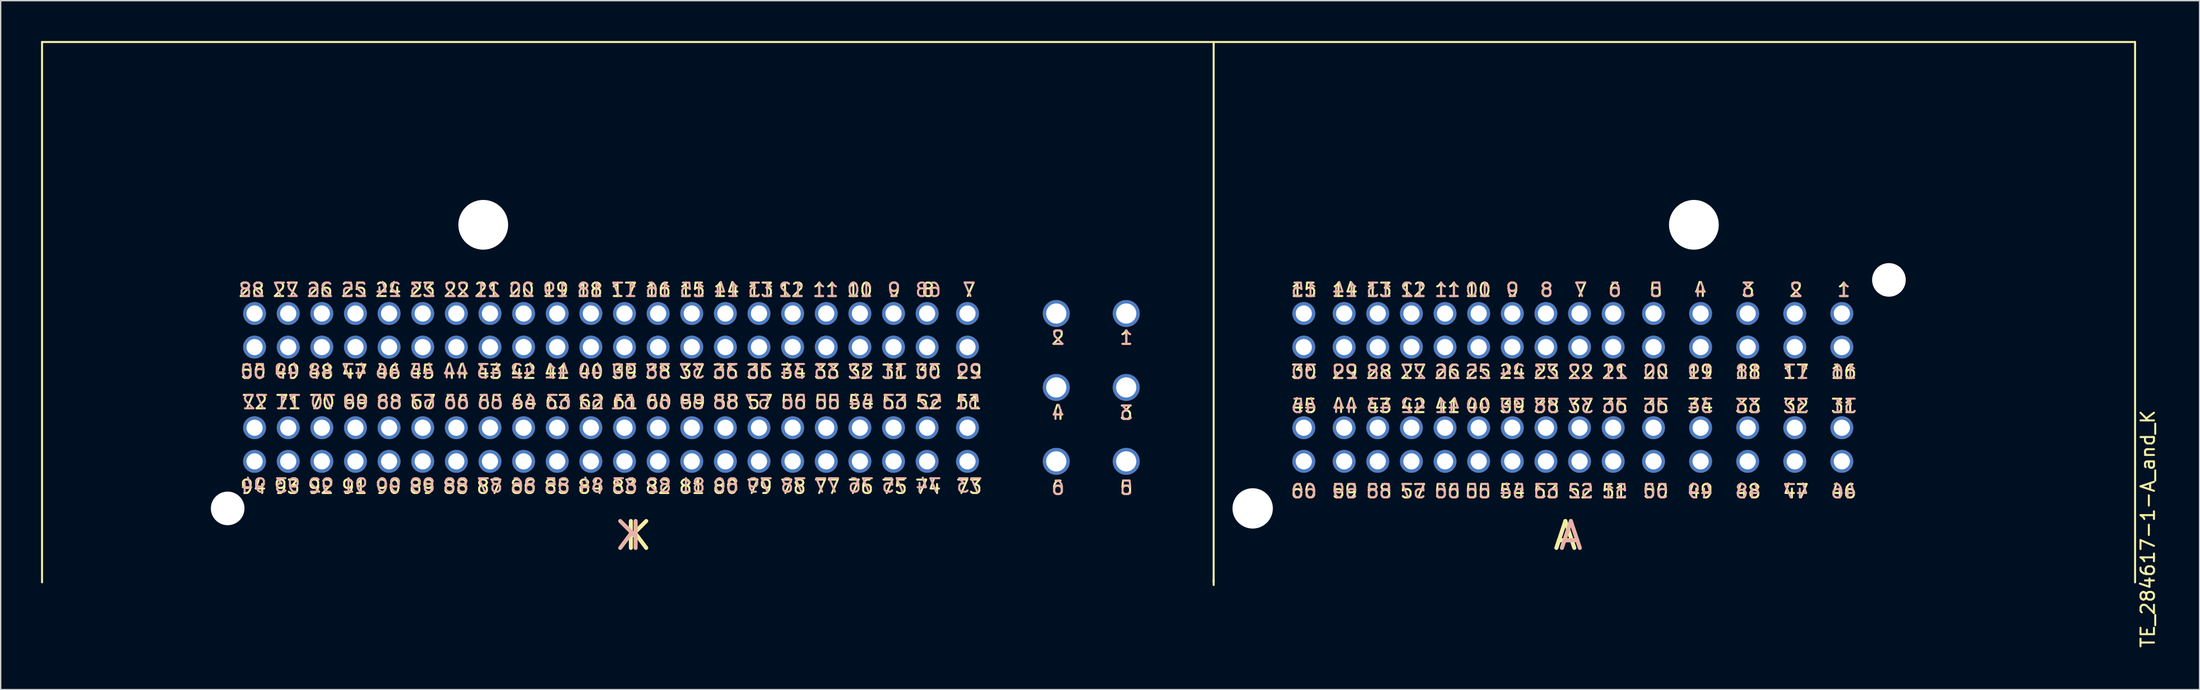
<source format=kicad_pcb>
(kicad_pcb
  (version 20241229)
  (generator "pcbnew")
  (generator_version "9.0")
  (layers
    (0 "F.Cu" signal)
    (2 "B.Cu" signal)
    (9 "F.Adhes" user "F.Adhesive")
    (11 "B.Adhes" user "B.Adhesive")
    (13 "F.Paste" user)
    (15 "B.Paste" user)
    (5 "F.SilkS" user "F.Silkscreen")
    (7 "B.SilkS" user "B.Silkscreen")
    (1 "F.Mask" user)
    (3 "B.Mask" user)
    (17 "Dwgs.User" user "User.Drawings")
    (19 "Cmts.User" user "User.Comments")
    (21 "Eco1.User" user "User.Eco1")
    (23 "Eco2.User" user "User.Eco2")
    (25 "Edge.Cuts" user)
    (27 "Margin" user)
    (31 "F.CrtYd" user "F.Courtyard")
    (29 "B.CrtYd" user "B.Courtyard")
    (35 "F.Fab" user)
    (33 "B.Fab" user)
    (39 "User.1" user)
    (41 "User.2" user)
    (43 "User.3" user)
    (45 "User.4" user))
  (footprint "TE_284617-1-A_and_K"
    (layer "F.Cu")
    (at 13.875 34.775)
    (property "Reference" "TE_284617-1-A_and_K" (at 142.748 1.524 270) (layer "F.SilkS") (effects (font (size 1 1) (thickness 0.15))))
    (fp_line (start -13.8 -34.7) (end -13.8 5.5) (stroke (width 0.15) (type solid)) (layer "F.SilkS"))
    (fp_line (start 73.3 5.5) (end 73.3 -34.7) (stroke (width 0.15) (type solid)) (layer "F.SilkS"))
    (fp_line (start 73.3 5.7) (end 73.3 5.3) (stroke (width 0.15) (type solid)) (layer "F.SilkS"))
    (fp_line (start 141.8 -34.7) (end -13.8 -34.7) (stroke (width 0.15) (type solid)) (layer "F.SilkS"))
    (fp_line (start 141.8 5.5) (end 141.8 -34.7) (stroke (width 0.15) (type solid)) (layer "F.SilkS"))
    (fp_text user "13" (at 85.598 -16.256 0) (unlocked yes) (layer "F.SilkS") (effects (font (size 1 1) (thickness 0.15))))
    (fp_text user "27" (at 4.318 -16.256 0) (unlocked yes) (layer "F.SilkS") (effects (font (size 1 1) (thickness 0.15))))
    (fp_text user "36" (at 37.019 -10.16 0) (unlocked yes) (layer "F.SilkS") (effects (font (size 1 1) (thickness 0.15))))
    (fp_text user "22" (at 100.584 -10.16 0) (unlocked yes) (layer "F.SilkS") (effects (font (size 1 1) (thickness 0.15))))
    (fp_text user "56" (at 42.08 -7.9 0) (unlocked yes) (layer "F.SilkS") (effects (font (size 1 1) (thickness 0.15))))
    (fp_text user "5" (at 106.172 -16.256 0) (unlocked yes) (layer "F.SilkS") (effects (font (size 1 1) (thickness 0.15))))
    (fp_text user "11" (at 90.678 -16.256 0) (unlocked yes) (layer "F.SilkS") (effects (font (size 1 1) (thickness 0.15))))
    (fp_text user "79" (at 39.528 -1.6 0) (unlocked yes) (layer "F.SilkS") (effects (font (size 1 1) (thickness 0.15))))
    (fp_text user "76" (at 47.053 -1.6 0) (unlocked yes) (layer "F.SilkS") (effects (font (size 1 1) (thickness 0.15))))
    (fp_text user "68" (at 12.02 -7.9 0) (unlocked yes) (layer "F.SilkS") (effects (font (size 1 1) (thickness 0.15))))
    (fp_text user "52" (at 52.1 -7.9 0) (unlocked yes) (layer "F.SilkS") (effects (font (size 1 1) (thickness 0.15))))
    (fp_text user "33" (at 44.544 -10.16 0) (unlocked yes) (layer "F.SilkS") (effects (font (size 1 1) (thickness 0.15))))
    (fp_text user "64" (at 22.04 -7.9 0) (unlocked yes) (layer "F.SilkS") (effects (font (size 1 1) (thickness 0.15))))
    (fp_text user "46" (at 120.132 -1.27 0) (unlocked yes) (layer "F.SilkS") (effects (font (size 1 1) (thickness 0.15))))
    (fp_text user "54" (at 95.494 -1.27 0) (unlocked yes) (layer "F.SilkS") (effects (font (size 1 1) (thickness 0.15))))
    (fp_text user "37" (at 100.584 -7.62 0) (unlocked yes) (layer "F.SilkS") (effects (font (size 1 1) (thickness 0.15))))
    (fp_text user "38" (at 98.044 -7.62 0) (unlocked yes) (layer "F.SilkS") (effects (font (size 1 1) (thickness 0.15))))
    (fp_text user "59" (at 83.048 -1.27 0) (unlocked yes) (layer "F.SilkS") (effects (font (size 1 1) (thickness 0.15))))
    (fp_text user "20" (at 106.172 -10.16 0) (unlocked yes) (layer "F.SilkS") (effects (font (size 1 1) (thickness 0.15))))
    (fp_text user "19" (at 109.474 -10.16 0) (unlocked yes) (layer "F.SilkS") (effects (font (size 1 1) (thickness 0.15))))
    (fp_text user "13" (at 39.624 -16.256 0) (unlocked yes) (layer "F.SilkS") (effects (font (size 1 1) (thickness 0.15))))
    (fp_text user "5" (at 66.802 -1.524 0) (unlocked yes) (layer "F.SilkS") (effects (font (size 1 1) (thickness 0.15))))
    (fp_text user "93" (at 4.409 -1.6 0) (unlocked yes) (layer "F.SilkS") (effects (font (size 1 1) (thickness 0.15))))
    (fp_text user "49" (at 4.409 -10.16 0) (unlocked yes) (layer "F.SilkS") (effects (font (size 1 1) (thickness 0.15))))
    (fp_text user "59" (at 34.565 -7.9 0) (unlocked yes) (layer "F.SilkS") (effects (font (size 1 1) (thickness 0.15))))
    (fp_text user "52" (at 100.574 -1.27 0) (unlocked yes) (layer "F.SilkS") (effects (font (size 1 1) (thickness 0.15))))
    (fp_text user "18" (at 113.03 -10.16 0) (unlocked yes) (layer "F.SilkS") (effects (font (size 1 1) (thickness 0.15))))
    (fp_text user "80" (at 37.019 -1.6 0) (unlocked yes) (layer "F.SilkS") (effects (font (size 1 1) (thickness 0.15))))
    (fp_text user "12" (at 41.91 -16.256 0) (unlocked yes) (layer "F.SilkS") (effects (font (size 1 1) (thickness 0.15))))
    (fp_text user "47" (at 9.425 -10.16 0) (unlocked yes) (layer "F.SilkS") (effects (font (size 1 1) (thickness 0.15))))
    (fp_text user "57" (at 88.128 -1.27 0) (unlocked yes) (layer "F.SilkS") (effects (font (size 1 1) (thickness 0.15))))
    (fp_text user "8" (at 98.044 -16.256 0) (unlocked yes) (layer "F.SilkS") (effects (font (size 1 1) (thickness 0.15))))
    (fp_text user "4" (at 61.722 -7.112 0) (unlocked yes) (layer "F.SilkS") (effects (font (size 1 1) (thickness 0.15))))
    (fp_text user "91" (at 9.425 -1.6 0) (unlocked yes) (layer "F.SilkS") (effects (font (size 1 1) (thickness 0.15))))
    (fp_text user "60" (at 80 -1.27 0) (unlocked yes) (layer "F.SilkS") (effects (font (size 1 1) (thickness 0.15))))
    (fp_text user "31" (at 49.562 -10.16 0) (unlocked yes) (layer "F.SilkS") (effects (font (size 1 1) (thickness 0.15))))
    (fp_text user "51" (at 55.1 -7.9 0) (unlocked yes) (layer "F.SilkS") (effects (font (size 1 1) (thickness 0.15))))
    (fp_text user "48" (at 6.917 -10.16 0) (unlocked yes) (layer "F.SilkS") (effects (font (size 1 1) (thickness 0.15))))
    (fp_text user "72" (at 2 -7.9 0) (unlocked yes) (layer "F.SilkS") (effects (font (size 1 1) (thickness 0.15))))
    (fp_text user "50" (at 1.9 -10.16 0) (unlocked yes) (layer "F.SilkS") (effects (font (size 1 1) (thickness 0.15))))
    (fp_text user "6" (at 61.722 -1.524 0) (unlocked yes) (layer "F.SilkS") (effects (font (size 1 1) (thickness 0.15))))
    (fp_text user "21" (at 19.304 -16.256 0) (unlocked yes) (layer "F.SilkS") (effects (font (size 1 1) (thickness 0.15))))
    (fp_text user "32" (at 47.053 -10.16 0) (unlocked yes) (layer "F.SilkS") (effects (font (size 1 1) (thickness 0.15))))
    (fp_text user "23" (at 14.478 -16.256 0) (unlocked yes) (layer "F.SilkS") (effects (font (size 1 1) (thickness 0.15))))
    (fp_text user "56" (at 90.668 -1.27 0) (unlocked yes) (layer "F.SilkS") (effects (font (size 1 1) (thickness 0.15))))
    (fp_text user "50" (at 106.162 -1.27 0) (unlocked yes) (layer "F.SilkS") (effects (font (size 1 1) (thickness 0.15))))
    (fp_text user "55" (at 44.585 -7.9 0) (unlocked yes) (layer "F.SilkS") (effects (font (size 1 1) (thickness 0.15))))
    (fp_text user "40" (at 92.964 -7.62 0) (unlocked yes) (layer "F.SilkS") (effects (font (size 1 1) (thickness 0.15))))
    (fp_text user "30" (at 52.07 -10.16 0) (unlocked yes) (layer "F.SilkS") (effects (font (size 1 1) (thickness 0.15))))
    (fp_text user "58" (at 85.588 -1.27 0) (unlocked yes) (layer "F.SilkS") (effects (font (size 1 1) (thickness 0.15))))
    (fp_text user "88" (at 16.951 -1.6 0) (unlocked yes) (layer "F.SilkS") (effects (font (size 1 1) (thickness 0.15))))
    (fp_text user "63" (at 24.545 -7.9 0) (unlocked yes) (layer "F.SilkS") (effects (font (size 1 1) (thickness 0.15))))
    (fp_text user "15" (at 34.544 -16.256 0) (unlocked yes) (layer "F.SilkS") (effects (font (size 1 1) (thickness 0.15))))
    (fp_text user "42" (at 88.138 -7.62 0) (unlocked yes) (layer "F.SilkS") (effects (font (size 1 1) (thickness 0.15))))
    (fp_text user "18" (at 26.924 -16.256 0) (unlocked yes) (layer "F.SilkS") (effects (font (size 1 1) (thickness 0.15))))
    (fp_text user "21" (at 103.124 -10.16 0) (unlocked yes) (layer "F.SilkS") (effects (font (size 1 1) (thickness 0.15))))
    (fp_text user "43" (at 85.598 -7.62 0) (unlocked yes) (layer "F.SilkS") (effects (font (size 1 1) (thickness 0.15))))
    (fp_text user "41" (at 24.477 -10.16 0) (unlocked yes) (layer "F.SilkS") (effects (font (size 1 1) (thickness 0.15))))
    (fp_text user "10" (at 46.99 -16.256 0) (unlocked yes) (layer "F.SilkS") (effects (font (size 1 1) (thickness 0.15))))
    (fp_text user "7" (at 55.118 -16.256 0) (unlocked yes) (layer "F.SilkS") (effects (font (size 1 1) (thickness 0.15))))
    (fp_text user "K" (at 29.3 3.2 0) (unlocked yes) (layer "F.SilkS") (effects (font (size 2 2) (thickness 0.3)) (justify left bottom)))
    (fp_text user "37" (at 34.511 -10.16 0) (unlocked yes) (layer "F.SilkS") (effects (font (size 1 1) (thickness 0.15))))
    (fp_text user "87" (at 19.459 -1.6 0) (unlocked yes) (layer "F.SilkS") (effects (font (size 1 1) (thickness 0.15))))
    (fp_text user "73" (at 55.118 -1.6 0) (unlocked yes) (layer "F.SilkS") (effects (font (size 1 1) (thickness 0.15))))
    (fp_text user "38" (at 32.002 -10.16 0) (unlocked yes) (layer "F.SilkS") (effects (font (size 1 1) (thickness 0.15))))
    (fp_text user "45" (at 14.443 -10.16 0) (unlocked yes) (layer "F.SilkS") (effects (font (size 1 1) (thickness 0.15))))
    (fp_text user "6" (at 103.124 -16.256 0) (unlocked yes) (layer "F.SilkS") (effects (font (size 1 1) (thickness 0.15))))
    (fp_text user "25" (at 9.398 -16.256 0) (unlocked yes) (layer "F.SilkS") (effects (font (size 1 1) (thickness 0.15))))
    (fp_text user "20" (at 21.844 -16.256 0) (unlocked yes) (layer "F.SilkS") (effects (font (size 1 1) (thickness 0.15))))
    (fp_text user "71" (at 4.505 -7.9 0) (unlocked yes) (layer "F.SilkS") (effects (font (size 1 1) (thickness 0.15))))
    (fp_text user "42" (at 21.968 -10.16 0) (unlocked yes) (layer "F.SilkS") (effects (font (size 1 1) (thickness 0.15))))
    (fp_text user "9" (at 49.53 -16.256 0) (unlocked yes) (layer "F.SilkS") (effects (font (size 1 1) (thickness 0.15))))
    (fp_text user "4" (at 109.474 -16.256 0) (unlocked yes) (layer "F.SilkS") (effects (font (size 1 1) (thickness 0.15))))
    (fp_text user "14" (at 83.058 -16.256 0) (unlocked yes) (layer "F.SilkS") (effects (font (size 1 1) (thickness 0.15))))
    (fp_text user "14" (at 37.084 -16.256 0) (unlocked yes) (layer "F.SilkS") (effects (font (size 1 1) (thickness 0.15))))
    (fp_text user "75" (at 49.562 -1.6 0) (unlocked yes) (layer "F.SilkS") (effects (font (size 1 1) (thickness 0.15))))
    (fp_text user "83" (at 29.494 -1.6 0) (unlocked yes) (layer "F.SilkS") (effects (font (size 1 1) (thickness 0.15))))
    (fp_text user "53" (at 49.595 -7.9 0) (unlocked yes) (layer "F.SilkS") (effects (font (size 1 1) (thickness 0.15))))
    (fp_text user "43" (at 19.459 -10.16 0) (unlocked yes) (layer "F.SilkS") (effects (font (size 1 1) (thickness 0.15))))
    (fp_text user "2" (at 61.722 -12.7 0) (unlocked yes) (layer "F.SilkS") (effects (font (size 1 1) (thickness 0.15))))
    (fp_text user "8" (at 52.07 -16.256 0) (unlocked yes) (layer "F.SilkS") (effects (font (size 1 1) (thickness 0.15))))
    (fp_text user "89" (at 14.443 -1.6 0) (unlocked yes) (layer "F.SilkS") (effects (font (size 1 1) (thickness 0.15))))
    (fp_text user "28" (at 1.778 -16.256 0) (unlocked yes) (layer "F.SilkS") (effects (font (size 1 1) (thickness 0.15))))
    (fp_text user "15" (at 80.01 -16.256 0) (unlocked yes) (layer "F.SilkS") (effects (font (size 1 1) (thickness 0.15))))
    (fp_text user "57" (at 39.575 -7.9 0) (unlocked yes) (layer "F.SilkS") (effects (font (size 1 1) (thickness 0.15))))
    (fp_text user "46" (at 11.934 -10.16 0) (unlocked yes) (layer "F.SilkS") (effects (font (size 1 1) (thickness 0.15))))
    (fp_text user "58" (at 37.07 -7.9 0) (unlocked yes) (layer "F.SilkS") (effects (font (size 1 1) (thickness 0.15))))
    (fp_text user "45" (at 80.01 -7.62 0) (unlocked yes) (layer "F.SilkS") (effects (font (size 1 1) (thickness 0.15))))
    (fp_text user "49" (at 109.464 -1.27 0) (unlocked yes) (layer "F.SilkS") (effects (font (size 1 1) (thickness 0.15))))
    (fp_text user "90" (at 11.934 -1.6 0) (unlocked yes) (layer "F.SilkS") (effects (font (size 1 1) (thickness 0.15))))
    (fp_text user "1" (at 66.802 -12.7 0) (unlocked yes) (layer "F.SilkS") (effects (font (size 1 1) (thickness 0.15))))
    (fp_text user "24" (at 11.938 -16.256 0) (unlocked yes) (layer "F.SilkS") (effects (font (size 1 1) (thickness 0.15))))
    (fp_text user "54" (at 47.09 -7.9 0) (unlocked yes) (layer "F.SilkS") (effects (font (size 1 1) (thickness 0.15))))
    (fp_text user "47" (at 116.576 -1.27 0) (unlocked yes) (layer "F.SilkS") (effects (font (size 1 1) (thickness 0.15))))
    (fp_text user "3" (at 66.802 -7.112 0) (unlocked yes) (layer "F.SilkS") (effects (font (size 1 1) (thickness 0.15))))
    (fp_text user "31" (at 120.142 -7.62 0) (unlocked yes) (layer "F.SilkS") (effects (font (size 1 1) (thickness 0.15))))
    (fp_text user "48" (at 113.02 -1.27 0) (unlocked yes) (layer "F.SilkS") (effects (font (size 1 1) (thickness 0.15))))
    (fp_text user "34" (at 42.036 -10.16 0) (unlocked yes) (layer "F.SilkS") (effects (font (size 1 1) (thickness 0.15))))
    (fp_text user "51" (at 103.114 -1.27 0) (unlocked yes) (layer "F.SilkS") (effects (font (size 1 1) (thickness 0.15))))
    (fp_text user "81" (at 34.511 -1.6 0) (unlocked yes) (layer "F.SilkS") (effects (font (size 1 1) (thickness 0.15))))
    (fp_text user "35" (at 39.528 -10.16 0) (unlocked yes) (layer "F.SilkS") (effects (font (size 1 1) (thickness 0.15))))
    (fp_text user "41" (at 90.678 -7.62 0) (unlocked yes) (layer "F.SilkS") (effects (font (size 1 1) (thickness 0.15))))
    (fp_text user "62" (at 27.05 -7.9 0) (unlocked yes) (layer "F.SilkS") (effects (font (size 1 1) (thickness 0.15))))
    (fp_text user "65" (at 19.535 -7.9 0) (unlocked yes) (layer "F.SilkS") (effects (font (size 1 1) (thickness 0.15))))
    (fp_text user "53" (at 98.034 -1.27 0) (unlocked yes) (layer "F.SilkS") (effects (font (size 1 1) (thickness 0.15))))
    (fp_text user "60" (at 32.06 -7.9 0) (unlocked yes) (layer "F.SilkS") (effects (font (size 1 1) (thickness 0.15))))
    (fp_text user "16" (at 32.004 -16.256 0) (unlocked yes) (layer "F.SilkS") (effects (font (size 1 1) (thickness 0.15))))
    (fp_text user "78" (at 42.036 -1.6 0) (unlocked yes) (layer "F.SilkS") (effects (font (size 1 1) (thickness 0.15))))
    (fp_text user "3" (at 113.03 -16.256 0) (unlocked yes) (layer "F.SilkS") (effects (font (size 1 1) (thickness 0.15))))
    (fp_text user "70" (at 7.01 -7.9 0) (unlocked yes) (layer "F.SilkS") (effects (font (size 1 1) (thickness 0.15))))
    (fp_text user "77" (at 44.544 -1.6 0) (unlocked yes) (layer "F.SilkS") (effects (font (size 1 1) (thickness 0.15))))
    (fp_text user "40" (at 26.985 -10.16 0) (unlocked yes) (layer "F.SilkS") (effects (font (size 1 1) (thickness 0.15))))
    (fp_text user "1" (at 120.142 -16.256 0) (unlocked yes) (layer "F.SilkS") (effects (font (size 1 1) (thickness 0.15))))
    (fp_text user "29" (at 83.058 -10.16 0) (unlocked yes) (layer "F.SilkS") (effects (font (size 1 1) (thickness 0.15))))
    (fp_text user "16" (at 120.142 -10.16 0) (unlocked yes) (layer "F.SilkS") (effects (font (size 1 1) (thickness 0.15))))
    (fp_text user "19" (at 24.384 -16.256 0) (unlocked yes) (layer "F.SilkS") (effects (font (size 1 1) (thickness 0.15))))
    (fp_text user "17" (at 116.586 -10.16 0) (unlocked yes) (layer "F.SilkS") (effects (font (size 1 1) (thickness 0.15))))
    (fp_text user "36" (at 103.124 -7.62 0) (unlocked yes) (layer "F.SilkS") (effects (font (size 1 1) (thickness 0.15))))
    (fp_text user "44" (at 83.058 -7.62 0) (unlocked yes) (layer "F.SilkS") (effects (font (size 1 1) (thickness 0.15))))
    (fp_text user "26" (at 6.858 -16.256 0) (unlocked yes) (layer "F.SilkS") (effects (font (size 1 1) (thickness 0.15))))
    (fp_text user "2" (at 116.586 -16.256 0) (unlocked yes) (layer "F.SilkS") (effects (font (size 1 1) (thickness 0.15))))
    (fp_text user "86" (at 21.968 -1.6 0) (unlocked yes) (layer "F.SilkS") (effects (font (size 1 1) (thickness 0.15))))
    (fp_text user "33" (at 113.03 -7.62 0) (unlocked yes) (layer "F.SilkS") (effects (font (size 1 1) (thickness 0.15))))
    (fp_text user "39" (at 95.504 -7.62 0) (unlocked yes) (layer "F.SilkS") (effects (font (size 1 1) (thickness 0.15))))
    (fp_text user "94" (at 1.9 -1.6 0) (unlocked yes) (layer "F.SilkS") (effects (font (size 1 1) (thickness 0.15))))
    (fp_text user "11" (at 44.45 -16.256 0) (unlocked yes) (layer "F.SilkS") (effects (font (size 1 1) (thickness 0.15))))
    (fp_text user "61" (at 29.555 -7.9 0) (unlocked yes) (layer "F.SilkS") (effects (font (size 1 1) (thickness 0.15))))
    (fp_text user "44" (at 16.951 -10.16 0) (unlocked yes) (layer "F.SilkS") (effects (font (size 1 1) (thickness 0.15))))
    (fp_text user "66" (at 17.03 -7.9 0) (unlocked yes) (layer "F.SilkS") (effects (font (size 1 1) (thickness 0.15))))
    (fp_text user "10" (at 92.964 -16.256 0) (unlocked yes) (layer "F.SilkS") (effects (font (size 1 1) (thickness 0.15))))
    (fp_text user "69" (at 9.515 -7.9 0) (unlocked yes) (layer "F.SilkS") (effects (font (size 1 1) (thickness 0.15))))
    (fp_text user "67" (at 14.525 -7.9 0) (unlocked yes) (layer "F.SilkS") (effects (font (size 1 1) (thickness 0.15))))
    (fp_text user "84" (at 26.985 -1.6 0) (unlocked yes) (layer "F.SilkS") (effects (font (size 1 1) (thickness 0.15))))
    (fp_text user "34" (at 109.474 -7.62 0) (unlocked yes) (layer "F.SilkS") (effects (font (size 1 1) (thickness 0.15))))
    (fp_text user "17" (at 29.464 -16.256 0) (unlocked yes) (layer "F.SilkS") (effects (font (size 1 1) (thickness 0.15))))
    (fp_text user "55" (at 92.954 -1.27 0) (unlocked yes) (layer "F.SilkS") (effects (font (size 1 1) (thickness 0.15))))
    (fp_text user "A" (at 100.5 3.2 0) (unlocked yes) (layer "F.SilkS") (effects (font (size 2 2) (thickness 0.3)) (justify left bottom mirror)))
    (fp_text user "23" (at 98.044 -10.16 0) (unlocked yes) (layer "F.SilkS") (effects (font (size 1 1) (thickness 0.15))))
    (fp_text user "39" (at 29.494 -10.16 0) (unlocked yes) (layer "F.SilkS") (effects (font (size 1 1) (thickness 0.15))))
    (fp_text user "7" (at 100.584 -16.256 0) (unlocked yes) (layer "F.SilkS") (effects (font (size 1 1) (thickness 0.15))))
    (fp_text user "9" (at 95.504 -16.256 0) (unlocked yes) (layer "F.SilkS") (effects (font (size 1 1) (thickness 0.15))))
    (fp_text user "26" (at 90.678 -10.16 0) (unlocked yes) (layer "F.SilkS") (effects (font (size 1 1) (thickness 0.15))))
    (fp_text user "92" (at 6.917 -1.6 0) (unlocked yes) (layer "F.SilkS") (effects (font (size 1 1) (thickness 0.15))))
    (fp_text user "74" (at 52.07 -1.6 0) (unlocked yes) (layer "F.SilkS") (effects (font (size 1 1) (thickness 0.15))))
    (fp_text user "28" (at 85.598 -10.16 0) (unlocked yes) (layer "F.SilkS") (effects (font (size 1 1) (thickness 0.15))))
    (fp_text user "82" (at 32.002 -1.6 0) (unlocked yes) (layer "F.SilkS") (effects (font (size 1 1) (thickness 0.15))))
    (fp_text user "85" (at 24.477 -1.6 0) (unlocked yes) (layer "F.SilkS") (effects (font (size 1 1) (thickness 0.15))))
    (fp_text user "29" (at 55.118 -10.16 0) (unlocked yes) (layer "F.SilkS") (effects (font (size 1 1) (thickness 0.15))))
    (fp_text user "27" (at 88.138 -10.16 0) (unlocked yes) (layer "F.SilkS") (effects (font (size 1 1) (thickness 0.15))))
    (fp_text user "35" (at 106.172 -7.62 0) (unlocked yes) (layer "F.SilkS") (effects (font (size 1 1) (thickness 0.15))))
    (fp_text user "24" (at 95.504 -10.16 0) (unlocked yes) (layer "F.SilkS") (effects (font (size 1 1) (thickness 0.15))))
    (fp_text user "32" (at 116.586 -7.62 0) (unlocked yes) (layer "F.SilkS") (effects (font (size 1 1) (thickness 0.15))))
    (fp_text user "22" (at 17.018 -16.256 0) (unlocked yes) (layer "F.SilkS") (effects (font (size 1 1) (thickness 0.15))))
    (fp_text user "12" (at 88.138 -16.256 0) (unlocked yes) (layer "F.SilkS") (effects (font (size 1 1) (thickness 0.15))))
    (fp_text user "25" (at 92.964 -10.16 0) (unlocked yes) (layer "F.SilkS") (effects (font (size 1 1) (thickness 0.15))))
    (fp_text user "30" (at 80.01 -10.16 0) (unlocked yes) (layer "F.SilkS") (effects (font (size 1 1) (thickness 0.15))))
    (fp_text user "75" (at 49.592 -1.7 0) (unlocked yes) (layer "B.SilkS") (effects (font (size 1 1) (thickness 0.15)) (justify mirror)))
    (fp_text user "6" (at 61.732 -1.524 0) (unlocked yes) (layer "B.SilkS") (effects (font (size 1 1) (thickness 0.15)) (justify mirror)))
    (fp_text user "66" (at 17 -7.9 0) (unlocked yes) (layer "B.SilkS") (effects (font (size 1 1) (thickness 0.15)) (justify mirror)))
    (fp_text user "21" (at 103.134 -10.16 0) (unlocked yes) (layer "B.SilkS") (effects (font (size 1 1) (thickness 0.15)) (justify mirror)))
    (fp_text user "79" (at 39.557 -1.7 0) (unlocked yes) (layer "B.SilkS") (effects (font (size 1 1) (thickness 0.15)) (justify mirror)))
    (fp_text user "34" (at 42.036 -10.2 0) (unlocked yes) (layer "B.SilkS") (effects (font (size 1 1) (thickness 0.15)) (justify mirror)))
    (fp_text user "93" (at 4.439 -1.7 0) (unlocked yes) (layer "B.SilkS") (effects (font (size 1 1) (thickness 0.15)) (justify mirror)))
    (fp_text user "12" (at 41.92 -16.256 0) (unlocked yes) (layer "B.SilkS") (effects (font (size 1 1) (thickness 0.15)) (justify mirror)))
    (fp_text user "44" (at 16.951 -10.2 0) (unlocked yes) (layer "B.SilkS") (effects (font (size 1 1) (thickness 0.15)) (justify mirror)))
    (fp_text user "52" (at 100.584 -1.27 0) (unlocked yes) (layer "B.SilkS") (effects (font (size 1 1) (thickness 0.15)) (justify mirror)))
    (fp_text user "46" (at 11.934 -10.2 0) (unlocked yes) (layer "B.SilkS") (effects (font (size 1 1) (thickness 0.15)) (justify mirror)))
    (fp_text user "4" (at 61.732 -7.112 0) (unlocked yes) (layer "B.SilkS") (effects (font (size 1 1) (thickness 0.15)) (justify mirror)))
    (fp_text user "47" (at 116.586 -1.27 0) (unlocked yes) (layer "B.SilkS") (effects (font (size 1 1) (thickness 0.15)) (justify mirror)))
    (fp_text user "50" (at 106.172 -1.27 0) (unlocked yes) (layer "B.SilkS") (effects (font (size 1 1) (thickness 0.15)) (justify mirror)))
    (fp_text user "20" (at 21.854 -16.256 0) (unlocked yes) (layer "B.SilkS") (effects (font (size 1 1) (thickness 0.15)) (justify mirror)))
    (fp_text user "48" (at 113.03 -1.27 0) (unlocked yes) (layer "B.SilkS") (effects (font (size 1 1) (thickness 0.15)) (justify mirror)))
    (fp_text user "40" (at 26.985 -10.2 0) (unlocked yes) (layer "B.SilkS") (effects (font (size 1 1) (thickness 0.15)) (justify mirror)))
    (fp_text user "92" (at 6.947 -1.7 0) (unlocked yes) (layer "B.SilkS") (effects (font (size 1 1) (thickness 0.15)) (justify mirror)))
    (fp_text user "19" (at 109.484 -10.16 0) (unlocked yes) (layer "B.SilkS") (effects (font (size 1 1) (thickness 0.15)) (justify mirror)))
    (fp_text user "2" (at 61.732 -12.7 0) (unlocked yes) (layer "B.SilkS") (effects (font (size 1 1) (thickness 0.15)) (justify mirror)))
    (fp_text user "36" (at 103.134 -7.62 0) (unlocked yes) (layer "B.SilkS") (effects (font (size 1 1) (thickness 0.15)) (justify mirror)))
    (fp_text user "53" (at 49.6 -7.9 0) (unlocked yes) (layer "B.SilkS") (effects (font (size 1 1) (thickness 0.15)) (justify mirror)))
    (fp_text user "56" (at 42.1 -7.9 0) (unlocked yes) (layer "B.SilkS") (effects (font (size 1 1) (thickness 0.15)) (justify mirror)))
    (fp_text user "64" (at 22 -7.9 0) (unlocked yes) (layer "B.SilkS") (effects (font (size 1 1) (thickness 0.15)) (justify mirror)))
    (fp_text user "39" (at 95.514 -7.62 0) (unlocked yes) (layer "B.SilkS") (effects (font (size 1 1) (thickness 0.15)) (justify mirror)))
    (fp_text user "53" (at 98.044 -1.27 0) (unlocked yes) (layer "B.SilkS") (effects (font (size 1 1) (thickness 0.15)) (justify mirror)))
    (fp_text user "6" (at 103.134 -16.256 0) (unlocked yes) (layer "B.SilkS") (effects (font (size 1 1) (thickness 0.15)) (justify mirror)))
    (fp_text user "K" (at 31 3.2 0) (unlocked yes) (layer "B.SilkS") (effects (font (size 2 2) (thickness 0.3)) (justify left bottom mirror)))
    (fp_text user "48" (at 6.917 -10.2 0) (unlocked yes) (layer "B.SilkS") (effects (font (size 1 1) (thickness 0.15)) (justify mirror)))
    (fp_text user "28" (at 85.608 -10.16 0) (unlocked yes) (layer "B.SilkS") (effects (font (size 1 1) (thickness 0.15)) (justify mirror)))
    (fp_text user "51" (at 103.124 -1.27 0) (unlocked yes) (layer "B.SilkS") (effects (font (size 1 1) (thickness 0.15)) (justify mirror)))
    (fp_text user "18" (at 113.04 -10.16 0) (unlocked yes) (layer "B.SilkS") (effects (font (size 1 1) (thickness 0.15)) (justify mirror)))
    (fp_text user "29" (at 55.118 -10.2 0) (unlocked yes) (layer "B.SilkS") (effects (font (size 1 1) (thickness 0.15)) (justify mirror)))
    (fp_text user "26" (at 6.868 -16.256 0) (unlocked yes) (layer "B.SilkS") (effects (font (size 1 1) (thickness 0.15)) (justify mirror)))
    (fp_text user "45" (at 14.443 -10.2 0) (unlocked yes) (layer "B.SilkS") (effects (font (size 1 1) (thickness 0.15)) (justify mirror)))
    (fp_text user "77" (at 44.575 -1.7 0) (unlocked yes) (layer "B.SilkS") (effects (font (size 1 1) (thickness 0.15)) (justify mirror)))
    (fp_text user "21" (at 19.314 -16.256 0) (unlocked yes) (layer "B.SilkS") (effects (font (size 1 1) (thickness 0.15)) (justify mirror)))
    (fp_text user "78" (at 42.066 -1.7 0) (unlocked yes) (layer "B.SilkS") (effects (font (size 1 1) (thickness 0.15)) (justify mirror)))
    (fp_text user "26" (at 90.688 -10.16 0) (unlocked yes) (layer "B.SilkS") (effects (font (size 1 1) (thickness 0.15)) (justify mirror)))
    (fp_text user "47" (at 9.425 -10.2 0) (unlocked yes) (layer "B.SilkS") (effects (font (size 1 1) (thickness 0.15)) (justify mirror)))
    (fp_text user "54" (at 47.1 -7.9 0) (unlocked yes) (layer "B.SilkS") (effects (font (size 1 1) (thickness 0.15)) (justify mirror)))
    (fp_text user "74" (at 52.1 -1.7 0) (unlocked yes) (layer "B.SilkS") (effects (font (size 1 1) (thickness 0.15)) (justify mirror)))
    (fp_text user "38" (at 32.002 -10.2 0) (unlocked yes) (layer "B.SilkS") (effects (font (size 1 1) (thickness 0.15)) (justify mirror)))
    (fp_text user "20" (at 106.182 -10.16 0) (unlocked yes) (layer "B.SilkS") (effects (font (size 1 1) (thickness 0.15)) (justify mirror)))
    (fp_text user "42" (at 88.148 -7.62 0) (unlocked yes) (layer "B.SilkS") (effects (font (size 1 1) (thickness 0.15)) (justify mirror)))
    (fp_text user "90" (at 11.964 -1.7 0) (unlocked yes) (layer "B.SilkS") (effects (font (size 1 1) (thickness 0.15)) (justify mirror)))
    (fp_text user "46" (at 120.142 -1.27 0) (unlocked yes) (layer "B.SilkS") (effects (font (size 1 1) (thickness 0.15)) (justify mirror)))
    (fp_text user "33" (at 113.04 -7.62 0) (unlocked yes) (layer "B.SilkS") (effects (font (size 1 1) (thickness 0.15)) (justify mirror)))
    (fp_text user "86" (at 21.998 -1.7 0) (unlocked yes) (layer "B.SilkS") (effects (font (size 1 1) (thickness 0.15)) (justify mirror)))
    (fp_text user "58" (at 37 -7.9 0) (unlocked yes) (layer "B.SilkS") (effects (font (size 1 1) (thickness 0.15)) (justify mirror)))
    (fp_text user "43" (at 85.608 -7.62 0) (unlocked yes) (layer "B.SilkS") (effects (font (size 1 1) (thickness 0.15)) (justify mirror)))
    (fp_text user "3" (at 66.812 -7.112 0) (unlocked yes) (layer "B.SilkS") (effects (font (size 1 1) (thickness 0.15)) (justify mirror)))
    (fp_text user "1" (at 120.152 -16.256 0) (unlocked yes) (layer "B.SilkS") (effects (font (size 1 1) (thickness 0.15)) (justify mirror)))
    (fp_text user "2" (at 116.596 -16.256 0) (unlocked yes) (layer "B.SilkS") (effects (font (size 1 1) (thickness 0.15)) (justify mirror)))
    (fp_text user "49" (at 109.474 -1.27 0) (unlocked yes) (layer "B.SilkS") (effects (font (size 1 1) (thickness 0.15)) (justify mirror)))
    (fp_text user "70" (at 7.1 -7.9 0) (unlocked yes) (layer "B.SilkS") (effects (font (size 1 1) (thickness 0.15)) (justify mirror)))
    (fp_text user "38" (at 98.054 -7.62 0) (unlocked yes) (layer "B.SilkS") (effects (font (size 1 1) (thickness 0.15)) (justify mirror)))
    (fp_text user "8" (at 98.054 -16.256 0) (unlocked yes) (layer "B.SilkS") (effects (font (size 1 1) (thickness 0.15)) (justify mirror)))
    (fp_text user "24" (at 95.514 -10.16 0) (unlocked yes) (layer "B.SilkS") (effects (font (size 1 1) (thickness 0.15)) (justify mirror)))
    (fp_text user "17" (at 29.474 -16.256 0) (unlocked yes) (layer "B.SilkS") (effects (font (size 1 1) (thickness 0.15)) (justify mirror)))
    (fp_text user "69" (at 9.5 -7.9 0) (unlocked yes) (layer "B.SilkS") (effects (font (size 1 1) (thickness 0.15)) (justify mirror)))
    (fp_text user "18" (at 26.934 -16.256 0) (unlocked yes) (layer "B.SilkS") (effects (font (size 1 1) (thickness 0.15)) (justify mirror)))
    (fp_text user "28" (at 1.788 -16.256 0) (unlocked yes) (layer "B.SilkS") (effects (font (size 1 1) (thickness 0.15)) (justify mirror)))
    (fp_text user "29" (at 83.068 -10.16 0) (unlocked yes) (layer "B.SilkS") (effects (font (size 1 1) (thickness 0.15)) (justify mirror)))
    (fp_text user "58" (at 85.598 -1.27 0) (unlocked yes) (layer "B.SilkS") (effects (font (size 1 1) (thickness 0.15)) (justify mirror)))
    (fp_text user "13" (at 39.634 -16.256 0) (unlocked yes) (layer "B.SilkS") (effects (font (size 1 1) (thickness 0.15)) (justify mirror)))
    (fp_text user "84" (at 27.015 -1.7 0) (unlocked yes) (layer "B.SilkS") (effects (font (size 1 1) (thickness 0.15)) (justify mirror)))
    (fp_text user "3" (at 113.04 -16.256 0) (unlocked yes) (layer "B.SilkS") (effects (font (size 1 1) (thickness 0.15)) (justify mirror)))
    (fp_text user "61" (at 29.4 -7.9 0) (unlocked yes) (layer "B.SilkS") (effects (font (size 1 1) (thickness 0.15)) (justify mirror)))
    (fp_text user "54" (at 95.504 -1.27 0) (unlocked yes) (layer "B.SilkS") (effects (font (size 1 1) (thickness 0.15)) (justify mirror)))
    (fp_text user "85" (at 24.506 -1.7 0) (unlocked yes) (layer "B.SilkS") (effects (font (size 1 1) (thickness 0.15)) (justify mirror)))
    (fp_text user "32" (at 47.053 -10.2 0) (unlocked yes) (layer "B.SilkS") (effects (font (size 1 1) (thickness 0.15)) (justify mirror)))
    (fp_text user "50" (at 1.9 -10.2 0) (unlocked yes) (layer "B.SilkS") (effects (font (size 1 1) (thickness 0.15)) (justify mirror)))
    (fp_text user "41" (at 24.477 -10.2 0) (unlocked yes) (layer "B.SilkS") (effects (font (size 1 1) (thickness 0.15)) (justify mirror)))
    (fp_text user "32" (at 116.596 -7.62 0) (unlocked yes) (layer "B.SilkS") (effects (font (size 1 1) (thickness 0.15)) (justify mirror)))
    (fp_text user "91" (at 9.456 -1.7 0) (unlocked yes) (layer "B.SilkS") (effects (font (size 1 1) (thickness 0.15)) (justify mirror)))
    (fp_text user "24" (at 11.948 -16.256 0) (unlocked yes) (layer "B.SilkS") (effects (font (size 1 1) (thickness 0.15)) (justify mirror)))
    (fp_text user "22" (at 100.594 -10.16 0) (unlocked yes) (layer "B.SilkS") (effects (font (size 1 1) (thickness 0.15)) (justify mirror)))
    (fp_text user "14" (at 83.068 -16.256 0) (unlocked yes) (layer "B.SilkS") (effects (font (size 1 1) (thickness 0.15)) (justify mirror)))
    (fp_text user "65" (at 19.5 -7.9 0) (unlocked yes) (layer "B.SilkS") (effects (font (size 1 1) (thickness 0.15)) (justify mirror)))
    (fp_text user "4" (at 109.484 -16.256 0) (unlocked yes) (layer "B.SilkS") (effects (font (size 1 1) (thickness 0.15)) (justify mirror)))
    (fp_text user "36" (at 37.019 -10.2 0) (unlocked yes) (layer "B.SilkS") (effects (font (size 1 1) (thickness 0.15)) (justify mirror)))
    (fp_text user "19" (at 24.394 -16.256 0) (unlocked yes) (layer "B.SilkS") (effects (font (size 1 1) (thickness 0.15)) (justify mirror)))
    (fp_text user "25" (at 92.974 -10.16 0) (unlocked yes) (layer "B.SilkS") (effects (font (size 1 1) (thickness 0.15)) (justify mirror)))
    (fp_text user "9" (at 95.514 -16.256 0) (unlocked yes) (layer "B.SilkS") (effects (font (size 1 1) (thickness 0.15)) (justify mirror)))
    (fp_text user "7" (at 100.594 -16.256 0) (unlocked yes) (layer "B.SilkS") (effects (font (size 1 1) (thickness 0.15)) (justify mirror)))
    (fp_text user "45" (at 80.02 -7.62 0) (unlocked yes) (layer "B.SilkS") (effects (font (size 1 1) (thickness 0.15)) (justify mirror)))
    (fp_text user "30" (at 80.02 -10.16 0) (unlocked yes) (layer "B.SilkS") (effects (font (size 1 1) (thickness 0.15)) (justify mirror)))
    (fp_text user "15" (at 80.02 -16.256 0) (unlocked yes) (layer "B.SilkS") (effects (font (size 1 1) (thickness 0.15)) (justify mirror)))
    (fp_text user "7" (at 55.128 -16.256 0) (unlocked yes) (layer "B.SilkS") (effects (font (size 1 1) (thickness 0.15)) (justify mirror)))
    (fp_text user "59" (at 34.5 -7.9 0) (unlocked yes) (layer "B.SilkS") (effects (font (size 1 1) (thickness 0.15)) (justify mirror)))
    (fp_text user "23" (at 14.488 -16.256 0) (unlocked yes) (layer "B.SilkS") (effects (font (size 1 1) (thickness 0.15)) (justify mirror)))
    (fp_text user "37" (at 34.511 -10.2 0) (unlocked yes) (layer "B.SilkS") (effects (font (size 1 1) (thickness 0.15)) (justify mirror)))
    (fp_text user "76" (at 47.083 -1.7 0) (unlocked yes) (layer "B.SilkS") (effects (font (size 1 1) (thickness 0.15)) (justify mirror)))
    (fp_text user "5" (at 106.182 -16.256 0) (unlocked yes) (layer "B.SilkS") (effects (font (size 1 1) (thickness 0.15)) (justify mirror)))
    (fp_text user "25" (at 9.408 -16.256 0) (unlocked yes) (layer "B.SilkS") (effects (font (size 1 1) (thickness 0.15)) (justify mirror)))
    (fp_text user "60" (at 32 -7.9 0) (unlocked yes) (layer "B.SilkS") (effects (font (size 1 1) (thickness 0.15)) (justify mirror)))
    (fp_text user "5" (at 66.812 -1.524 0) (unlocked yes) (layer "B.SilkS") (effects (font (size 1 1) (thickness 0.15)) (justify mirror)))
    (fp_text user "11" (at 44.46 -16.256 0) (unlocked yes) (layer "B.SilkS") (effects (font (size 1 1) (thickness 0.15)) (justify mirror)))
    (fp_text user "88" (at 16.981 -1.7 0) (unlocked yes) (layer "B.SilkS") (effects (font (size 1 1) (thickness 0.15)) (justify mirror)))
    (fp_text user "73" (at 55.148 -1.7 0) (unlocked yes) (layer "B.SilkS") (effects (font (size 1 1) (thickness 0.15)) (justify mirror)))
    (fp_text user "60" (at 80.01 -1.27 0) (unlocked yes) (layer "B.SilkS") (effects (font (size 1 1) (thickness 0.15)) (justify mirror)))
    (fp_text user "94" (at 1.93 -1.7 0) (unlocked yes) (layer "B.SilkS") (effects (font (size 1 1) (thickness 0.15)) (justify mirror)))
    (fp_text user "62" (at 27 -7.9 0) (unlocked yes) (layer "B.SilkS") (effects (font (size 1 1) (thickness 0.15)) (justify mirror)))
    (fp_text user "A" (at 98.8 3.2 0) (unlocked yes) (layer "B.SilkS") (effects (font (size 2 2) (thickness 0.3)) (justify left bottom)))
    (fp_text user "43" (at 19.459 -10.2 0) (unlocked yes) (layer "B.SilkS") (effects (font (size 1 1) (thickness 0.15)) (justify mirror)))
    (fp_text user "68" (at 52.08 -16.256 0) (unlocked yes) (layer "B.SilkS") (effects (font (size 1 1) (thickness 0.15)) (justify mirror)))
    (fp_text user "17" (at 116.596 -10.16 0) (unlocked yes) (layer "B.SilkS") (effects (font (size 1 1) (thickness 0.15)) (justify mirror)))
    (fp_text user "82" (at 32.032 -1.7 0) (unlocked yes) (layer "B.SilkS") (effects (font (size 1 1) (thickness 0.15)) (justify mirror)))
    (fp_text user "81" (at 34.541 -1.7 0) (unlocked yes) (layer "B.SilkS") (effects (font (size 1 1) (thickness 0.15)) (justify mirror)))
    (fp_text user "13" (at 85.608 -16.256 0) (unlocked yes) (layer "B.SilkS") (effects (font (size 1 1) (thickness 0.15)) (justify mirror)))
    (fp_text user "51" (at 55 -7.9 0) (unlocked yes) (layer "B.SilkS") (effects (font (size 1 1) (thickness 0.15)) (justify mirror)))
    (fp_text user "31" (at 49.562 -10.2 0) (unlocked yes) (layer "B.SilkS") (effects (font (size 1 1) (thickness 0.15)) (justify mirror)))
    (fp_text user "27" (at 88.148 -10.16 0) (unlocked yes) (layer "B.SilkS") (effects (font (size 1 1) (thickness 0.15)) (justify mirror)))
    (fp_text user "9" (at 49.54 -16.256 0) (unlocked yes) (layer "B.SilkS") (effects (font (size 1 1) (thickness 0.15)) (justify mirror)))
    (fp_text user "83" (at 29.523 -1.7 0) (unlocked yes) (layer "B.SilkS") (effects (font (size 1 1) (thickness 0.15)) (justify mirror)))
    (fp_text user "57" (at 39.4 -7.9 0) (unlocked yes) (layer "B.SilkS") (effects (font (size 1 1) (thickness 0.15)) (justify mirror)))
    (fp_text user "35" (at 39.528 -10.2 0) (unlocked yes) (layer "B.SilkS") (effects (font (size 1 1) (thickness 0.15)) (justify mirror)))
    (fp_text user "63" (at 24.6 -7.9 0) (unlocked yes) (layer "B.SilkS") (effects (font (size 1 1) (thickness 0.15)) (justify mirror)))
    (fp_text user "89" (at 14.473 -1.7 0) (unlocked yes) (layer "B.SilkS") (effects (font (size 1 1) (thickness 0.15)) (justify mirror)))
    (fp_text user "1" (at 66.812 -12.7 0) (unlocked yes) (layer "B.SilkS") (effects (font (size 1 1) (thickness 0.15)) (justify mirror)))
    (fp_text user "16" (at 32.014 -16.256 0) (unlocked yes) (layer "B.SilkS") (effects (font (size 1 1) (thickness 0.15)) (justify mirror)))
    (fp_text user "12" (at 88.148 -16.256 0) (unlocked yes) (layer "B.SilkS") (effects (font (size 1 1) (thickness 0.15)) (justify mirror)))
    (fp_text user "11" (at 90.688 -16.256 0) (unlocked yes) (layer "B.SilkS") (effects (font (size 1 1) (thickness 0.15)) (justify mirror)))
    (fp_text user "59" (at 83.058 -1.27 0) (unlocked yes) (layer "B.SilkS") (effects (font (size 1 1) (thickness 0.15)) (justify mirror)))
    (fp_text user "49" (at 4.409 -10.2 0) (unlocked yes) (layer "B.SilkS") (effects (font (size 1 1) (thickness 0.15)) (justify mirror)))
    (fp_text user "23" (at 98.054 -10.16 0) (unlocked yes) (layer "B.SilkS") (effects (font (size 1 1) (thickness 0.15)) (justify mirror)))
    (fp_text user "10" (at 92.974 -16.256 0) (unlocked yes) (layer "B.SilkS") (effects (font (size 1 1) (thickness 0.15)) (justify mirror)))
    (fp_text user "27" (at 4.328 -16.256 0) (unlocked yes) (layer "B.SilkS") (effects (font (size 1 1) (thickness 0.15)) (justify mirror)))
    (fp_text user "87" (at 19.489 -1.7 0) (unlocked yes) (layer "B.SilkS") (effects (font (size 1 1) (thickness 0.15)) (justify mirror)))
    (fp_text user "39" (at 29.494 -10.2 0) (unlocked yes) (layer "B.SilkS") (effects (font (size 1 1) (thickness 0.15)) (justify mirror)))
    (fp_text user "67" (at 14.5 -7.9 0) (unlocked yes) (layer "B.SilkS") (effects (font (size 1 1) (thickness 0.15)) (justify mirror)))
    (fp_text user "42" (at 21.968 -10.2 0) (unlocked yes) (layer "B.SilkS") (effects (font (size 1 1) (thickness 0.15)) (justify mirror)))
    (fp_text user "68" (at 12 -7.9 0) (unlocked yes) (layer "B.SilkS") (effects (font (size 1 1) (thickness 0.15)) (justify mirror)))
    (fp_text user "41" (at 90.688 -7.62 0) (unlocked yes) (layer "B.SilkS") (effects (font (size 1 1) (thickness 0.15)) (justify mirror)))
    (fp_text user "34" (at 109.484 -7.62 0) (unlocked yes) (layer "B.SilkS") (effects (font (size 1 1) (thickness 0.15)) (justify mirror)))
    (fp_text user "56" (at 90.678 -1.27 0) (unlocked yes) (layer "B.SilkS") (effects (font (size 1 1) (thickness 0.15)) (justify mirror)))
    (fp_text user "57" (at 88.138 -1.27 0) (unlocked yes) (layer "B.SilkS") (effects (font (size 1 1) (thickness 0.15)) (justify mirror)))
    (fp_text user "10" (at 47 -16.256 0) (unlocked yes) (layer "B.SilkS") (effects (font (size 1 1) (thickness 0.15)) (justify mirror)))
    (fp_text user "33" (at 44.544 -10.2 0) (unlocked yes) (layer "B.SilkS") (effects (font (size 1 1) (thickness 0.15)) (justify mirror)))
    (fp_text user "72" (at 2.05 -7.9 0) (unlocked yes) (layer "B.SilkS") (effects (font (size 1 1) (thickness 0.15)) (justify mirror)))
    (fp_text user "16" (at 120.152 -10.16 0) (unlocked yes) (layer "B.SilkS") (effects (font (size 1 1) (thickness 0.15)) (justify mirror)))
    (fp_text user "35" (at 106.182 -7.62 0) (unlocked yes) (layer "B.SilkS") (effects (font (size 1 1) (thickness 0.15)) (justify mirror)))
    (fp_text user "80" (at 37.049 -1.7 0) (unlocked yes) (layer "B.SilkS") (effects (font (size 1 1) (thickness 0.15)) (justify mirror)))
    (fp_text user "31" (at 120.152 -7.62 0) (unlocked yes) (layer "B.SilkS") (effects (font (size 1 1) (thickness 0.15)) (justify mirror)))
    (fp_text user "40" (at 92.974 -7.62 0) (unlocked yes) (layer "B.SilkS") (effects (font (size 1 1) (thickness 0.15)) (justify mirror)))
    (fp_text user "30" (at 52.07 -10.2 0) (unlocked yes) (layer "B.SilkS") (effects (font (size 1 1) (thickness 0.15)) (justify mirror)))
    (fp_text user "44" (at 83.068 -7.62 0) (unlocked yes) (layer "B.SilkS") (effects (font (size 1 1) (thickness 0.15)) (justify mirror)))
    (fp_text user "55" (at 92.964 -1.27 0) (unlocked yes) (layer "B.SilkS") (effects (font (size 1 1) (thickness 0.15)) (justify mirror)))
    (fp_text user "14" (at 37.094 -16.256 0) (unlocked yes) (layer "B.SilkS") (effects (font (size 1 1) (thickness 0.15)) (justify mirror)))
    (fp_text user "15" (at 34.554 -16.256 0) (unlocked yes) (layer "B.SilkS") (effects (font (size 1 1) (thickness 0.15)) (justify mirror)))
    (fp_text user "71" (at 4.5 -7.9 0) (unlocked yes) (layer "B.SilkS") (effects (font (size 1 1) (thickness 0.15)) (justify mirror)))
    (fp_text user "37" (at 100.594 -7.62 0) (unlocked yes) (layer "B.SilkS") (effects (font (size 1 1) (thickness 0.15)) (justify mirror)))
    (fp_text user "22" (at 17.028 -16.256 0) (unlocked yes) (layer "B.SilkS") (effects (font (size 1 1) (thickness 0.15)) (justify mirror)))
    (fp_text user "55" (at 44.6 -7.9 0) (unlocked yes) (layer "B.SilkS") (effects (font (size 1 1) (thickness 0.15)) (justify mirror)))
    (fp_text user "52" (at 52.2 -7.9 0) (unlocked yes) (layer "B.SilkS") (effects (font (size 1 1) (thickness 0.15)) (justify mirror)))
    (pad "" np_thru_hole circle (at 0 0) (size 2.5 2.5) (drill 2.5) (layers "*.Cu" "*.Mask"))
    (pad "" np_thru_hole circle (at 19 -21.1 180) (size 3.7 3.7) (drill 3.7) (layers "*.Cu" "*.Mask"))
    (pad "" np_thru_hole circle (at 76.2 0 180) (size 3 3) (drill 3) (layers "*.Cu" "*.Mask"))
    (pad "" np_thru_hole circle (at 109 -21.1 180) (size 3.7 3.7) (drill 3.7) (layers "*.Cu" "*.Mask"))
    (pad "" np_thru_hole circle (at 123.5 -17 180) (size 2.5 2.5) (drill 2.5) (layers "*.Cu" "*.Mask"))
    (pad "1" thru_hole circle (at 120 -14.5 180) (size 1.7 1.7) (drill 1.2) (layers "*.Cu" "*.Mask"))
    (pad "2" thru_hole circle (at 116.5 -14.5 180) (size 1.7 1.7) (drill 1.2) (layers "*.Cu" "*.Mask"))
    (pad "3" thru_hole circle (at 113 -14.5 180) (size 1.7 1.7) (drill 1.2) (layers "*.Cu" "*.Mask"))
    (pad "4" thru_hole circle (at 109.5 -14.5 180) (size 1.7 1.7) (drill 1.2) (layers "*.Cu" "*.Mask"))
    (pad "5" thru_hole circle (at 106 -14.5 180) (size 1.7 1.7) (drill 1.2) (layers "*.Cu" "*.Mask"))
    (pad "6" thru_hole circle (at 103 -14.5 180) (size 1.7 1.7) (drill 1.2) (layers "*.Cu" "*.Mask"))
    (pad "7" thru_hole circle (at 100.5 -14.5 180) (size 1.7 1.7) (drill 1.2) (layers "*.Cu" "*.Mask"))
    (pad "8" thru_hole circle (at 98 -14.5 180) (size 1.7 1.7) (drill 1.2) (layers "*.Cu" "*.Mask"))
    (pad "9" thru_hole circle (at 95.5 -14.5 180) (size 1.7 1.7) (drill 1.2) (layers "*.Cu" "*.Mask"))
    (pad "10" thru_hole circle (at 93 -14.5 180) (size 1.7 1.7) (drill 1.2) (layers "*.Cu" "*.Mask"))
    (pad "11" thru_hole circle (at 90.5 -14.5 180) (size 1.7 1.7) (drill 1.2) (layers "*.Cu" "*.Mask"))
    (pad "12" thru_hole circle (at 88 -14.5 180) (size 1.7 1.7) (drill 1.2) (layers "*.Cu" "*.Mask"))
    (pad "13" thru_hole circle (at 85.5 -14.5 180) (size 1.7 1.7) (drill 1.2) (layers "*.Cu" "*.Mask"))
    (pad "14" thru_hole circle (at 83 -14.5 180) (size 1.7 1.7) (drill 1.2) (layers "*.Cu" "*.Mask"))
    (pad "15" thru_hole circle (at 80 -14.5 180) (size 1.7 1.7) (drill 1.2) (layers "*.Cu" "*.Mask"))
    (pad "16" thru_hole circle (at 120 -12 180) (size 1.7 1.7) (drill 1.2) (layers "*.Cu" "*.Mask"))
    (pad "17" thru_hole circle (at 116.5 -12 180) (size 1.7 1.7) (drill 1.2) (layers "*.Cu" "*.Mask"))
    (pad "18" thru_hole circle (at 113 -12 180) (size 1.7 1.7) (drill 1.2) (layers "*.Cu" "*.Mask"))
    (pad "19" thru_hole circle (at 109.5 -12 180) (size 1.7 1.7) (drill 1.2) (layers "*.Cu" "*.Mask"))
    (pad "20" thru_hole circle (at 106 -12 180) (size 1.7 1.7) (drill 1.2) (layers "*.Cu" "*.Mask"))
    (pad "21" thru_hole circle (at 103 -12 180) (size 1.7 1.7) (drill 1.2) (layers "*.Cu" "*.Mask"))
    (pad "22" thru_hole circle (at 100.5 -12 180) (size 1.7 1.7) (drill 1.2) (layers "*.Cu" "*.Mask"))
    (pad "23" thru_hole circle (at 98 -12 180) (size 1.7 1.7) (drill 1.2) (layers "*.Cu" "*.Mask"))
    (pad "24" thru_hole circle (at 95.5 -12 180) (size 1.7 1.7) (drill 1.2) (layers "*.Cu" "*.Mask"))
    (pad "25" thru_hole circle (at 93 -12 180) (size 1.7 1.7) (drill 1.2) (layers "*.Cu" "*.Mask"))
    (pad "26" thru_hole circle (at 90.5 -12 180) (size 1.7 1.7) (drill 1.2) (layers "*.Cu" "*.Mask"))
    (pad "27" thru_hole circle (at 88 -12 180) (size 1.7 1.7) (drill 1.2) (layers "*.Cu" "*.Mask"))
    (pad "28" thru_hole circle (at 85.5 -12 180) (size 1.7 1.7) (drill 1.2) (layers "*.Cu" "*.Mask"))
    (pad "29" thru_hole circle (at 83 -12 180) (size 1.7 1.7) (drill 1.2) (layers "*.Cu" "*.Mask"))
    (pad "30" thru_hole circle (at 80 -12 180) (size 1.7 1.7) (drill 1.2) (layers "*.Cu" "*.Mask"))
    (pad "31" thru_hole circle (at 120 -6 180) (size 1.7 1.7) (drill 1.2) (layers "*.Cu" "*.Mask"))
    (pad "32" thru_hole circle (at 116.5 -6 180) (size 1.7 1.7) (drill 1.2) (layers "*.Cu" "*.Mask"))
    (pad "33" thru_hole circle (at 113 -6 180) (size 1.7 1.7) (drill 1.2) (layers "*.Cu" "*.Mask"))
    (pad "34" thru_hole circle (at 109.5 -6 180) (size 1.7 1.7) (drill 1.2) (layers "*.Cu" "*.Mask"))
    (pad "35" thru_hole circle (at 106 -6 180) (size 1.7 1.7) (drill 1.2) (layers "*.Cu" "*.Mask"))
    (pad "36" thru_hole circle (at 103 -6 180) (size 1.7 1.7) (drill 1.2) (layers "*.Cu" "*.Mask"))
    (pad "37" thru_hole circle (at 100.5 -6 180) (size 1.7 1.7) (drill 1.2) (layers "*.Cu" "*.Mask"))
    (pad "38" thru_hole circle (at 98 -6 180) (size 1.7 1.7) (drill 1.2) (layers "*.Cu" "*.Mask"))
    (pad "39" thru_hole circle (at 95.5 -6 180) (size 1.7 1.7) (drill 1.2) (layers "*.Cu" "*.Mask"))
    (pad "40" thru_hole circle (at 93 -6 180) (size 1.7 1.7) (drill 1.2) (layers "*.Cu" "*.Mask"))
    (pad "41" thru_hole circle (at 90.5 -6 180) (size 1.7 1.7) (drill 1.2) (layers "*.Cu" "*.Mask"))
    (pad "42" thru_hole circle (at 88 -6 180) (size 1.7 1.7) (drill 1.2) (layers "*.Cu" "*.Mask"))
    (pad "43" thru_hole circle (at 85.5 -6 180) (size 1.7 1.7) (drill 1.2) (layers "*.Cu" "*.Mask"))
    (pad "44" thru_hole circle (at 83 -6 180) (size 1.7 1.7) (drill 1.2) (layers "*.Cu" "*.Mask"))
    (pad "45" thru_hole circle (at 80 -6 180) (size 1.7 1.7) (drill 1.2) (layers "*.Cu" "*.Mask"))
    (pad "46" thru_hole circle (at 120 -3.5 180) (size 1.7 1.7) (drill 1.2) (layers "*.Cu" "*.Mask"))
    (pad "47" thru_hole circle (at 116.5 -3.5 180) (size 1.7 1.7) (drill 1.2) (layers "*.Cu" "*.Mask"))
    (pad "48" thru_hole circle (at 113 -3.5 180) (size 1.7 1.7) (drill 1.2) (layers "*.Cu" "*.Mask"))
    (pad "49" thru_hole circle (at 109.5 -3.5 180) (size 1.7 1.7) (drill 1.2) (layers "*.Cu" "*.Mask"))
    (pad "50" thru_hole circle (at 106 -3.5 180) (size 1.7 1.7) (drill 1.2) (layers "*.Cu" "*.Mask"))
    (pad "51" thru_hole circle (at 103 -3.5 180) (size 1.7 1.7) (drill 1.2) (layers "*.Cu" "*.Mask"))
    (pad "52" thru_hole circle (at 100.5 -3.5 180) (size 1.7 1.7) (drill 1.2) (layers "*.Cu" "*.Mask"))
    (pad "53" thru_hole circle (at 98 -3.5 180) (size 1.7 1.7) (drill 1.2) (layers "*.Cu" "*.Mask"))
    (pad "54" thru_hole circle (at 95.5 -3.5 180) (size 1.7 1.7) (drill 1.2) (layers "*.Cu" "*.Mask"))
    (pad "55" thru_hole circle (at 93 -3.5 180) (size 1.7 1.7) (drill 1.2) (layers "*.Cu" "*.Mask"))
    (pad "56" thru_hole circle (at 90.5 -3.5 180) (size 1.7 1.7) (drill 1.2) (layers "*.Cu" "*.Mask"))
    (pad "57" thru_hole circle (at 88 -3.5 180) (size 1.7 1.7) (drill 1.2) (layers "*.Cu" "*.Mask"))
    (pad "58" thru_hole circle (at 85.5 -3.5 180) (size 1.7 1.7) (drill 1.2) (layers "*.Cu" "*.Mask"))
    (pad "59" thru_hole circle (at 83 -3.5 180) (size 1.7 1.7) (drill 1.2) (layers "*.Cu" "*.Mask"))
    (pad "60" thru_hole circle (at 80 -3.5 180) (size 1.7 1.7) (drill 1.2) (layers "*.Cu" "*.Mask"))
    (pad "61" thru_hole circle (at 66.8 -14.5 180) (size 2 2) (drill 1.5) (layers "*.Cu" "*.Mask"))
    (pad "62" thru_hole circle (at 61.6 -14.5 180) (size 2 2) (drill 1.5) (layers "*.Cu" "*.Mask"))
    (pad "63" thru_hole circle (at 66.8 -9 180) (size 2 2) (drill 1.5) (layers "*.Cu" "*.Mask"))
    (pad "64" thru_hole circle (at 61.6 -9 180) (size 2 2) (drill 1.5) (layers "*.Cu" "*.Mask"))
    (pad "65" thru_hole circle (at 66.8 -3.5 180) (size 2 2) (drill 1.5) (layers "*.Cu" "*.Mask"))
    (pad "66" thru_hole circle (at 61.6 -3.5 180) (size 2 2) (drill 1.5) (layers "*.Cu" "*.Mask"))
    (pad "67" thru_hole circle (at 55 -14.5 180) (size 1.7 1.7) (drill 1.2) (layers "*.Cu" "*.Mask"))
    (pad "68" thru_hole circle (at 52 -14.5 180) (size 1.7 1.7) (drill 1.2) (layers "*.Cu" "*.Mask"))
    (pad "69" thru_hole circle (at 49.5 -14.5 180) (size 1.7 1.7) (drill 1.2) (layers "*.Cu" "*.Mask"))
    (pad "70" thru_hole circle (at 47 -14.5 180) (size 1.7 1.7) (drill 1.2) (layers "*.Cu" "*.Mask"))
    (pad "71" thru_hole circle (at 44.5 -14.5 180) (size 1.7 1.7) (drill 1.2) (layers "*.Cu" "*.Mask"))
    (pad "72" thru_hole circle (at 42 -14.5 180) (size 1.7 1.7) (drill 1.2) (layers "*.Cu" "*.Mask"))
    (pad "73" thru_hole circle (at 39.5 -14.5 180) (size 1.7 1.7) (drill 1.2) (layers "*.Cu" "*.Mask"))
    (pad "74" thru_hole circle (at 37 -14.5 180) (size 1.7 1.7) (drill 1.2) (layers "*.Cu" "*.Mask"))
    (pad "75" thru_hole circle (at 34.5 -14.5 180) (size 1.7 1.7) (drill 1.2) (layers "*.Cu" "*.Mask"))
    (pad "76" thru_hole circle (at 32 -14.5 180) (size 1.7 1.7) (drill 1.2) (layers "*.Cu" "*.Mask"))
    (pad "77" thru_hole circle (at 29.5 -14.5 180) (size 1.7 1.7) (drill 1.2) (layers "*.Cu" "*.Mask"))
    (pad "78" thru_hole circle (at 27 -14.5 180) (size 1.7 1.7) (drill 1.2) (layers "*.Cu" "*.Mask"))
    (pad "79" thru_hole circle (at 24.5 -14.5 180) (size 1.7 1.7) (drill 1.2) (layers "*.Cu" "*.Mask"))
    (pad "80" thru_hole circle (at 22 -14.5 180) (size 1.7 1.7) (drill 1.2) (layers "*.Cu" "*.Mask"))
    (pad "81" thru_hole circle (at 19.5 -14.5 180) (size 1.7 1.7) (drill 1.2) (layers "*.Cu" "*.Mask"))
    (pad "82" thru_hole circle (at 17 -14.5 180) (size 1.7 1.7) (drill 1.2) (layers "*.Cu" "*.Mask"))
    (pad "83" thru_hole circle (at 14.5 -14.5 180) (size 1.7 1.7) (drill 1.2) (layers "*.Cu" "*.Mask"))
    (pad "84" thru_hole circle (at 12 -14.5 180) (size 1.7 1.7) (drill 1.2) (layers "*.Cu" "*.Mask"))
    (pad "85" thru_hole circle (at 9.5 -14.5 180) (size 1.7 1.7) (drill 1.2) (layers "*.Cu" "*.Mask"))
    (pad "86" thru_hole circle (at 7 -14.5 180) (size 1.7 1.7) (drill 1.2) (layers "*.Cu" "*.Mask"))
    (pad "87" thru_hole circle (at 4.5 -14.5 180) (size 1.7 1.7) (drill 1.2) (layers "*.Cu" "*.Mask"))
    (pad "88" thru_hole circle (at 2 -14.5 180) (size 1.7 1.7) (drill 1.2) (layers "*.Cu" "*.Mask"))
    (pad "89" thru_hole circle (at 55 -12 180) (size 1.7 1.7) (drill 1.2) (layers "*.Cu" "*.Mask"))
    (pad "90" thru_hole circle (at 52 -12 180) (size 1.7 1.7) (drill 1.2) (layers "*.Cu" "*.Mask"))
    (pad "91" thru_hole circle (at 49.5 -12 180) (size 1.7 1.7) (drill 1.2) (layers "*.Cu" "*.Mask"))
    (pad "92" thru_hole circle (at 47 -12 180) (size 1.7 1.7) (drill 1.2) (layers "*.Cu" "*.Mask"))
    (pad "93" thru_hole circle (at 44.5 -12 180) (size 1.7 1.7) (drill 1.2) (layers "*.Cu" "*.Mask"))
    (pad "94" thru_hole circle (at 42 -12 180) (size 1.7 1.7) (drill 1.2) (layers "*.Cu" "*.Mask"))
    (pad "95" thru_hole circle (at 39.5 -12 180) (size 1.7 1.7) (drill 1.2) (layers "*.Cu" "*.Mask"))
    (pad "96" thru_hole circle (at 37 -12 180) (size 1.7 1.7) (drill 1.2) (layers "*.Cu" "*.Mask"))
    (pad "97" thru_hole circle (at 34.5 -12 180) (size 1.7 1.7) (drill 1.2) (layers "*.Cu" "*.Mask"))
    (pad "98" thru_hole circle (at 32 -12 180) (size 1.7 1.7) (drill 1.2) (layers "*.Cu" "*.Mask"))
    (pad "99" thru_hole circle (at 29.5 -12 180) (size 1.7 1.7) (drill 1.2) (layers "*.Cu" "*.Mask"))
    (pad "100" thru_hole circle (at 27 -12 180) (size 1.7 1.7) (drill 1.2) (layers "*.Cu" "*.Mask"))
    (pad "101" thru_hole circle (at 24.5 -12 180) (size 1.7 1.7) (drill 1.2) (layers "*.Cu" "*.Mask"))
    (pad "102" thru_hole circle (at 22 -12 180) (size 1.7 1.7) (drill 1.2) (layers "*.Cu" "*.Mask"))
    (pad "103" thru_hole circle (at 19.5 -12 180) (size 1.7 1.7) (drill 1.2) (layers "*.Cu" "*.Mask"))
    (pad "104" thru_hole circle (at 17 -12 180) (size 1.7 1.7) (drill 1.2) (layers "*.Cu" "*.Mask"))
    (pad "105" thru_hole circle (at 14.5 -12 180) (size 1.7 1.7) (drill 1.2) (layers "*.Cu" "*.Mask"))
    (pad "106" thru_hole circle (at 12 -12 180) (size 1.7 1.7) (drill 1.2) (layers "*.Cu" "*.Mask"))
    (pad "107" thru_hole circle (at 9.5 -12 180) (size 1.7 1.7) (drill 1.2) (layers "*.Cu" "*.Mask"))
    (pad "108" thru_hole circle (at 7 -12 180) (size 1.7 1.7) (drill 1.2) (layers "*.Cu" "*.Mask"))
    (pad "109" thru_hole circle (at 4.5 -12 180) (size 1.7 1.7) (drill 1.2) (layers "*.Cu" "*.Mask"))
    (pad "110" thru_hole circle (at 2 -12 180) (size 1.7 1.7) (drill 1.2) (layers "*.Cu" "*.Mask"))
    (pad "111" thru_hole circle (at 55 -6 180) (size 1.7 1.7) (drill 1.2) (layers "*.Cu" "*.Mask"))
    (pad "112" thru_hole circle (at 52 -6 180) (size 1.7 1.7) (drill 1.2) (layers "*.Cu" "*.Mask"))
    (pad "113" thru_hole circle (at 49.5 -6 180) (size 1.7 1.7) (drill 1.2) (layers "*.Cu" "*.Mask"))
    (pad "114" thru_hole circle (at 47 -6 180) (size 1.7 1.7) (drill 1.2) (layers "*.Cu" "*.Mask"))
    (pad "115" thru_hole circle (at 44.5 -6 180) (size 1.7 1.7) (drill 1.2) (layers "*.Cu" "*.Mask"))
    (pad "116" thru_hole circle (at 42 -6 180) (size 1.7 1.7) (drill 1.2) (layers "*.Cu" "*.Mask"))
    (pad "117" thru_hole circle (at 39.5 -6 180) (size 1.7 1.7) (drill 1.2) (layers "*.Cu" "*.Mask"))
    (pad "118" thru_hole circle (at 37 -6 180) (size 1.7 1.7) (drill 1.2) (layers "*.Cu" "*.Mask"))
    (pad "119" thru_hole circle (at 34.5 -6 180) (size 1.7 1.7) (drill 1.2) (layers "*.Cu" "*.Mask"))
    (pad "120" thru_hole circle (at 32 -6 180) (size 1.7 1.7) (drill 1.2) (layers "*.Cu" "*.Mask"))
    (pad "121" thru_hole circle (at 29.5 -6 180) (size 1.7 1.7) (drill 1.2) (layers "*.Cu" "*.Mask"))
    (pad "122" thru_hole circle (at 27 -6 180) (size 1.7 1.7) (drill 1.2) (layers "*.Cu" "*.Mask"))
    (pad "123" thru_hole circle (at 24.5 -6 180) (size 1.7 1.7) (drill 1.2) (layers "*.Cu" "*.Mask"))
    (pad "124" thru_hole circle (at 22 -6 180) (size 1.7 1.7) (drill 1.2) (layers "*.Cu" "*.Mask"))
    (pad "125" thru_hole circle (at 19.5 -6 180) (size 1.7 1.7) (drill 1.2) (layers "*.Cu" "*.Mask"))
    (pad "126" thru_hole circle (at 17 -6 180) (size 1.7 1.7) (drill 1.2) (layers "*.Cu" "*.Mask"))
    (pad "127" thru_hole circle (at 14.5 -6 180) (size 1.7 1.7) (drill 1.2) (layers "*.Cu" "*.Mask"))
    (pad "128" thru_hole circle (at 12 -6 180) (size 1.7 1.7) (drill 1.2) (layers "*.Cu" "*.Mask"))
    (pad "129" thru_hole circle (at 9.5 -6 180) (size 1.7 1.7) (drill 1.2) (layers "*.Cu" "*.Mask"))
    (pad "130" thru_hole circle (at 7 -6 180) (size 1.7 1.7) (drill 1.2) (layers "*.Cu" "*.Mask"))
    (pad "131" thru_hole circle (at 4.5 -6 180) (size 1.7 1.7) (drill 1.2) (layers "*.Cu" "*.Mask"))
    (pad "132" thru_hole circle (at 2 -6 180) (size 1.7 1.7) (drill 1.2) (layers "*.Cu" "*.Mask"))
    (pad "133" thru_hole circle (at 55 -3.5 180) (size 1.7 1.7) (drill 1.2) (layers "*.Cu" "*.Mask"))
    (pad "134" thru_hole circle (at 52 -3.5 180) (size 1.7 1.7) (drill 1.2) (layers "*.Cu" "*.Mask"))
    (pad "135" thru_hole circle (at 49.5 -3.5 180) (size 1.7 1.7) (drill 1.2) (layers "*.Cu" "*.Mask"))
    (pad "136" thru_hole circle (at 47 -3.5 180) (size 1.7 1.7) (drill 1.2) (layers "*.Cu" "*.Mask"))
    (pad "137" thru_hole circle (at 44.5 -3.5 180) (size 1.7 1.7) (drill 1.2) (layers "*.Cu" "*.Mask"))
    (pad "138" thru_hole circle (at 42 -3.5 180) (size 1.7 1.7) (drill 1.2) (layers "*.Cu" "*.Mask"))
    (pad "139" thru_hole circle (at 39.5 -3.5 180) (size 1.7 1.7) (drill 1.2) (layers "*.Cu" "*.Mask"))
    (pad "140" thru_hole circle (at 37 -3.5 180) (size 1.7 1.7) (drill 1.2) (layers "*.Cu" "*.Mask"))
    (pad "141" thru_hole circle (at 34.5 -3.5 180) (size 1.7 1.7) (drill 1.2) (layers "*.Cu" "*.Mask"))
    (pad "142" thru_hole circle (at 32 -3.5 180) (size 1.7 1.7) (drill 1.2) (layers "*.Cu" "*.Mask"))
    (pad "143" thru_hole circle (at 29.5 -3.5 180) (size 1.7 1.7) (drill 1.2) (layers "*.Cu" "*.Mask"))
    (pad "144" thru_hole circle (at 27 -3.5 180) (size 1.7 1.7) (drill 1.2) (layers "*.Cu" "*.Mask"))
    (pad "145" thru_hole circle (at 24.5 -3.5 180) (size 1.7 1.7) (drill 1.2) (layers "*.Cu" "*.Mask"))
    (pad "146" thru_hole circle (at 22 -3.5 180) (size 1.7 1.7) (drill 1.2) (layers "*.Cu" "*.Mask"))
    (pad "147" thru_hole circle (at 19.5 -3.5 180) (size 1.7 1.7) (drill 1.2) (layers "*.Cu" "*.Mask"))
    (pad "148" thru_hole circle (at 17 -3.5 180) (size 1.7 1.7) (drill 1.2) (layers "*.Cu" "*.Mask"))
    (pad "149" thru_hole circle (at 14.5 -3.5 180) (size 1.7 1.7) (drill 1.2) (layers "*.Cu" "*.Mask"))
    (pad "150" thru_hole circle (at 12 -3.5 180) (size 1.7 1.7) (drill 1.2) (layers "*.Cu" "*.Mask"))
    (pad "151" thru_hole circle (at 9.5 -3.5 180) (size 1.7 1.7) (drill 1.2) (layers "*.Cu" "*.Mask"))
    (pad "152" thru_hole circle (at 7 -3.5 180) (size 1.7 1.7) (drill 1.2) (layers "*.Cu" "*.Mask"))
    (pad "153" thru_hole circle (at 4.5 -3.5 180) (size 1.7 1.7) (drill 1.2) (layers "*.Cu" "*.Mask"))
    (pad "154" thru_hole circle (at 2 -3.5 180) (size 1.7 1.7) (drill 1.2) (layers "*.Cu" "*.Mask")))
  (gr_rect
    (start -3 -3)
    (end 160.471 48.257)
    (stroke (width 0.1) (type default))
    (fill no)
    (layer "Edge.Cuts")))
</source>
